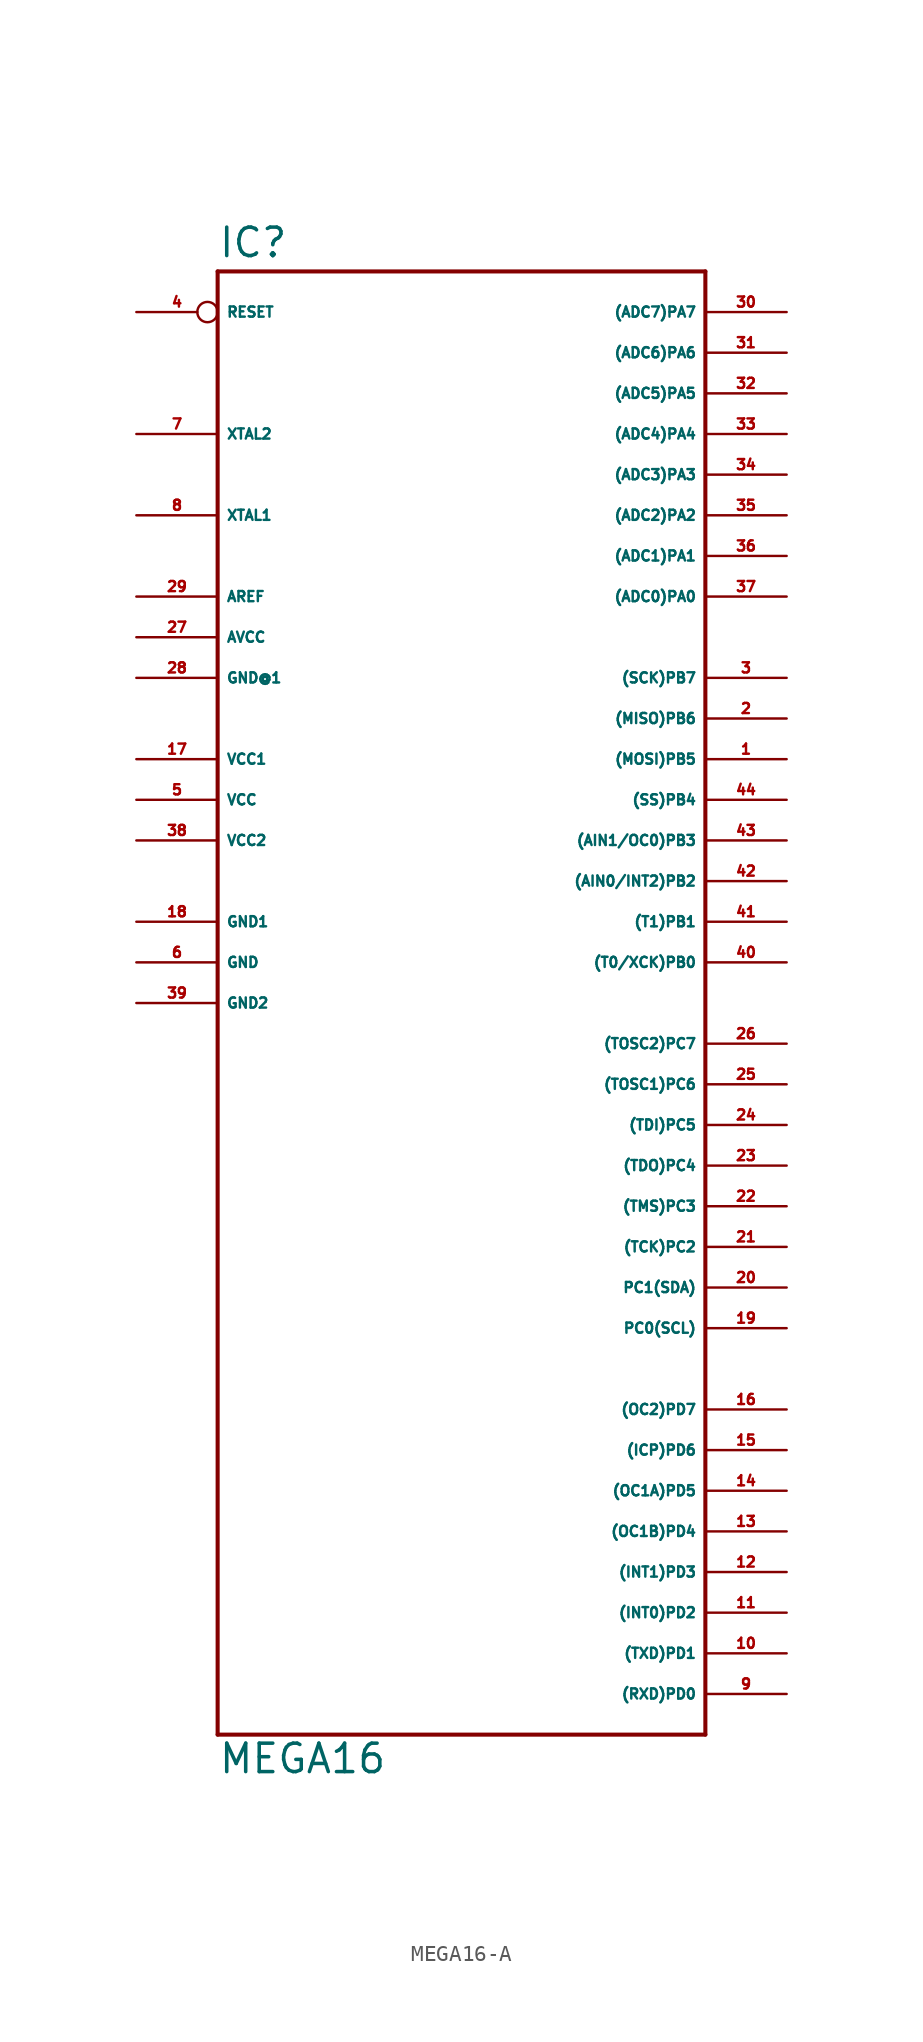
<source format=kicad_sym>
(kicad_symbol_lib
  (version 20220914)
  (generator Eagle2Kicad)
  (symbol "MEGA16-A"
    (property "Reference" "IC"
      (at -15.24 46.482 0)
      (effects (font (size 1.778 1.778) (thickness 0.22)) (justify left bottom)))
    (property "Value" "MEGA16"
      (at -15.24 -48.26 0)
      (effects (font (size 1.778 1.778) (thickness 0.22)) (justify left bottom)))
    (polyline
      (pts (xy -15.24 45.72) (xy 15.24 45.72))
      (stroke (width 0.254) (type default))
      (fill (type none)))
    (polyline
      (pts (xy 15.24 45.72) (xy 15.24 -45.72))
      (stroke (width 0.254) (type default))
      (fill (type none)))
    (polyline
      (pts (xy 15.24 -45.72) (xy -15.24 -45.72))
      (stroke (width 0.254) (type default))
      (fill (type none)))
    (polyline
      (pts (xy -15.24 -45.72) (xy -15.24 45.72))
      (stroke (width 0.254) (type default))
      (fill (type none)))
    (pin bidirectional line
      (at 20.32 43.18 180)
      (length 5.08)
      (name "(ADC7)PA7" (effects (font (size 0.635 0.635) (thickness 0.08)) (justify left bottom)))
      (number "30" (effects (font (size 0.635 0.635) (thickness 0.08)) (justify left bottom))))
    (pin bidirectional line
      (at 20.32 40.64 180)
      (length 5.08)
      (name "(ADC6)PA6" (effects (font (size 0.635 0.635) (thickness 0.08)) (justify left bottom)))
      (number "31" (effects (font (size 0.635 0.635) (thickness 0.08)) (justify left bottom))))
    (pin bidirectional line
      (at 20.32 38.1 180)
      (length 5.08)
      (name "(ADC5)PA5" (effects (font (size 0.635 0.635) (thickness 0.08)) (justify left bottom)))
      (number "32" (effects (font (size 0.635 0.635) (thickness 0.08)) (justify left bottom))))
    (pin bidirectional line
      (at 20.32 35.56 180)
      (length 5.08)
      (name "(ADC4)PA4" (effects (font (size 0.635 0.635) (thickness 0.08)) (justify left bottom)))
      (number "33" (effects (font (size 0.635 0.635) (thickness 0.08)) (justify left bottom))))
    (pin bidirectional line
      (at 20.32 33.02 180)
      (length 5.08)
      (name "(ADC3)PA3" (effects (font (size 0.635 0.635) (thickness 0.08)) (justify left bottom)))
      (number "34" (effects (font (size 0.635 0.635) (thickness 0.08)) (justify left bottom))))
    (pin bidirectional line
      (at 20.32 30.48 180)
      (length 5.08)
      (name "(ADC2)PA2" (effects (font (size 0.635 0.635) (thickness 0.08)) (justify left bottom)))
      (number "35" (effects (font (size 0.635 0.635) (thickness 0.08)) (justify left bottom))))
    (pin bidirectional line
      (at 20.32 27.94 180)
      (length 5.08)
      (name "(ADC1)PA1" (effects (font (size 0.635 0.635) (thickness 0.08)) (justify left bottom)))
      (number "36" (effects (font (size 0.635 0.635) (thickness 0.08)) (justify left bottom))))
    (pin bidirectional line
      (at 20.32 25.4 180)
      (length 5.08)
      (name "(ADC0)PA0" (effects (font (size 0.635 0.635) (thickness 0.08)) (justify left bottom)))
      (number "37" (effects (font (size 0.635 0.635) (thickness 0.08)) (justify left bottom))))
    (pin bidirectional line
      (at 20.32 20.32 180)
      (length 5.08)
      (name "(SCK)PB7" (effects (font (size 0.635 0.635) (thickness 0.08)) (justify left bottom)))
      (number "3" (effects (font (size 0.635 0.635) (thickness 0.08)) (justify left bottom))))
    (pin bidirectional line
      (at 20.32 17.78 180)
      (length 5.08)
      (name "(MISO)PB6" (effects (font (size 0.635 0.635) (thickness 0.08)) (justify left bottom)))
      (number "2" (effects (font (size 0.635 0.635) (thickness 0.08)) (justify left bottom))))
    (pin bidirectional line
      (at 20.32 15.24 180)
      (length 5.08)
      (name "(MOSI)PB5" (effects (font (size 0.635 0.635) (thickness 0.08)) (justify left bottom)))
      (number "1" (effects (font (size 0.635 0.635) (thickness 0.08)) (justify left bottom))))
    (pin bidirectional line
      (at 20.32 12.7 180)
      (length 5.08)
      (name "(SS)PB4" (effects (font (size 0.635 0.635) (thickness 0.08)) (justify left bottom)))
      (number "44" (effects (font (size 0.635 0.635) (thickness 0.08)) (justify left bottom))))
    (pin bidirectional line
      (at 20.32 10.16 180)
      (length 5.08)
      (name "(AIN1/OC0)PB3" (effects (font (size 0.635 0.635) (thickness 0.08)) (justify left bottom)))
      (number "43" (effects (font (size 0.635 0.635) (thickness 0.08)) (justify left bottom))))
    (pin bidirectional line
      (at 20.32 7.62 180)
      (length 5.08)
      (name "(AIN0/INT2)PB2" (effects (font (size 0.635 0.635) (thickness 0.08)) (justify left bottom)))
      (number "42" (effects (font (size 0.635 0.635) (thickness 0.08)) (justify left bottom))))
    (pin bidirectional line
      (at 20.32 5.08 180)
      (length 5.08)
      (name "(T1)PB1" (effects (font (size 0.635 0.635) (thickness 0.08)) (justify left bottom)))
      (number "41" (effects (font (size 0.635 0.635) (thickness 0.08)) (justify left bottom))))
    (pin bidirectional line
      (at 20.32 2.54 180)
      (length 5.08)
      (name "(T0/XCK)PB0" (effects (font (size 0.635 0.635) (thickness 0.08)) (justify left bottom)))
      (number "40" (effects (font (size 0.635 0.635) (thickness 0.08)) (justify left bottom))))
    (pin bidirectional line
      (at 20.32 -2.54 180)
      (length 5.08)
      (name "(TOSC2)PC7" (effects (font (size 0.635 0.635) (thickness 0.08)) (justify left bottom)))
      (number "26" (effects (font (size 0.635 0.635) (thickness 0.08)) (justify left bottom))))
    (pin bidirectional line
      (at 20.32 -5.08 180)
      (length 5.08)
      (name "(TOSC1)PC6" (effects (font (size 0.635 0.635) (thickness 0.08)) (justify left bottom)))
      (number "25" (effects (font (size 0.635 0.635) (thickness 0.08)) (justify left bottom))))
    (pin bidirectional line
      (at 20.32 -7.62 180)
      (length 5.08)
      (name "(TDI)PC5" (effects (font (size 0.635 0.635) (thickness 0.08)) (justify left bottom)))
      (number "24" (effects (font (size 0.635 0.635) (thickness 0.08)) (justify left bottom))))
    (pin bidirectional line
      (at 20.32 -10.16 180)
      (length 5.08)
      (name "(TDO)PC4" (effects (font (size 0.635 0.635) (thickness 0.08)) (justify left bottom)))
      (number "23" (effects (font (size 0.635 0.635) (thickness 0.08)) (justify left bottom))))
    (pin bidirectional line
      (at 20.32 -12.7 180)
      (length 5.08)
      (name "(TMS)PC3" (effects (font (size 0.635 0.635) (thickness 0.08)) (justify left bottom)))
      (number "22" (effects (font (size 0.635 0.635) (thickness 0.08)) (justify left bottom))))
    (pin bidirectional line
      (at 20.32 -15.24 180)
      (length 5.08)
      (name "(TCK)PC2" (effects (font (size 0.635 0.635) (thickness 0.08)) (justify left bottom)))
      (number "21" (effects (font (size 0.635 0.635) (thickness 0.08)) (justify left bottom))))
    (pin bidirectional line
      (at 20.32 -17.78 180)
      (length 5.08)
      (name "PC1(SDA)" (effects (font (size 0.635 0.635) (thickness 0.08)) (justify left bottom)))
      (number "20" (effects (font (size 0.635 0.635) (thickness 0.08)) (justify left bottom))))
    (pin bidirectional line
      (at 20.32 -20.32 180)
      (length 5.08)
      (name "PC0(SCL)" (effects (font (size 0.635 0.635) (thickness 0.08)) (justify left bottom)))
      (number "19" (effects (font (size 0.635 0.635) (thickness 0.08)) (justify left bottom))))
    (pin unspecified line
      (at -20.32 20.32 0)
      (length 5.08)
      (name "GND@1" (effects (font (size 0.635 0.635) (thickness 0.08)) (justify left bottom)))
      (number "28" (effects (font (size 0.635 0.635) (thickness 0.08)) (justify left bottom))))
    (pin unspecified line
      (at -20.32 22.86 0)
      (length 5.08)
      (name "AVCC" (effects (font (size 0.635 0.635) (thickness 0.08)) (justify left bottom)))
      (number "27" (effects (font (size 0.635 0.635) (thickness 0.08)) (justify left bottom))))
    (pin passive line
      (at -20.32 25.4 0)
      (length 5.08)
      (name "AREF" (effects (font (size 0.635 0.635) (thickness 0.08)) (justify left bottom)))
      (number "29" (effects (font (size 0.635 0.635) (thickness 0.08)) (justify left bottom))))
    (pin bidirectional line
      (at -20.32 30.48 0)
      (length 5.08)
      (name "XTAL1" (effects (font (size 0.635 0.635) (thickness 0.08)) (justify left bottom)))
      (number "8" (effects (font (size 0.635 0.635) (thickness 0.08)) (justify left bottom))))
    (pin bidirectional line
      (at -20.32 35.56 0)
      (length 5.08)
      (name "XTAL2" (effects (font (size 0.635 0.635) (thickness 0.08)) (justify left bottom)))
      (number "7" (effects (font (size 0.635 0.635) (thickness 0.08)) (justify left bottom))))
    (pin unspecified line
      (at -20.32 5.08 0)
      (length 5.08)
      (name "GND1" (effects (font (size 0.635 0.635) (thickness 0.08)) (justify left bottom)))
      (number "18" (effects (font (size 0.635 0.635) (thickness 0.08)) (justify left bottom))))
    (pin unspecified line
      (at -20.32 0 0)
      (length 5.08)
      (name "GND2" (effects (font (size 0.635 0.635) (thickness 0.08)) (justify left bottom)))
      (number "39" (effects (font (size 0.635 0.635) (thickness 0.08)) (justify left bottom))))
    (pin input inverted
      (at -20.32 43.18 0)
      (length 5.08)
      (name "RESET" (effects (font (size 0.635 0.635) (thickness 0.08)) (justify left bottom)))
      (number "4" (effects (font (size 0.635 0.635) (thickness 0.08)) (justify left bottom))))
    (pin bidirectional line
      (at 20.32 -43.18 180)
      (length 5.08)
      (name "(RXD)PD0" (effects (font (size 0.635 0.635) (thickness 0.08)) (justify left bottom)))
      (number "9" (effects (font (size 0.635 0.635) (thickness 0.08)) (justify left bottom))))
    (pin bidirectional line
      (at 20.32 -40.64 180)
      (length 5.08)
      (name "(TXD)PD1" (effects (font (size 0.635 0.635) (thickness 0.08)) (justify left bottom)))
      (number "10" (effects (font (size 0.635 0.635) (thickness 0.08)) (justify left bottom))))
    (pin bidirectional line
      (at 20.32 -38.1 180)
      (length 5.08)
      (name "(INT0)PD2" (effects (font (size 0.635 0.635) (thickness 0.08)) (justify left bottom)))
      (number "11" (effects (font (size 0.635 0.635) (thickness 0.08)) (justify left bottom))))
    (pin bidirectional line
      (at 20.32 -35.56 180)
      (length 5.08)
      (name "(INT1)PD3" (effects (font (size 0.635 0.635) (thickness 0.08)) (justify left bottom)))
      (number "12" (effects (font (size 0.635 0.635) (thickness 0.08)) (justify left bottom))))
    (pin bidirectional line
      (at 20.32 -33.02 180)
      (length 5.08)
      (name "(OC1B)PD4" (effects (font (size 0.635 0.635) (thickness 0.08)) (justify left bottom)))
      (number "13" (effects (font (size 0.635 0.635) (thickness 0.08)) (justify left bottom))))
    (pin bidirectional line
      (at 20.32 -30.48 180)
      (length 5.08)
      (name "(OC1A)PD5" (effects (font (size 0.635 0.635) (thickness 0.08)) (justify left bottom)))
      (number "14" (effects (font (size 0.635 0.635) (thickness 0.08)) (justify left bottom))))
    (pin bidirectional line
      (at 20.32 -27.94 180)
      (length 5.08)
      (name "(ICP)PD6" (effects (font (size 0.635 0.635) (thickness 0.08)) (justify left bottom)))
      (number "15" (effects (font (size 0.635 0.635) (thickness 0.08)) (justify left bottom))))
    (pin bidirectional line
      (at 20.32 -25.4 180)
      (length 5.08)
      (name "(OC2)PD7" (effects (font (size 0.635 0.635) (thickness 0.08)) (justify left bottom)))
      (number "16" (effects (font (size 0.635 0.635) (thickness 0.08)) (justify left bottom))))
    (pin unspecified line
      (at -20.32 15.24 0)
      (length 5.08)
      (name "VCC1" (effects (font (size 0.635 0.635) (thickness 0.08)) (justify left bottom)))
      (number "17" (effects (font (size 0.635 0.635) (thickness 0.08)) (justify left bottom))))
    (pin unspecified line
      (at -20.32 12.7 0)
      (length 5.08)
      (name "VCC" (effects (font (size 0.635 0.635) (thickness 0.08)) (justify left bottom)))
      (number "5" (effects (font (size 0.635 0.635) (thickness 0.08)) (justify left bottom))))
    (pin unspecified line
      (at -20.32 10.16 0)
      (length 5.08)
      (name "VCC2" (effects (font (size 0.635 0.635) (thickness 0.08)) (justify left bottom)))
      (number "38" (effects (font (size 0.635 0.635) (thickness 0.08)) (justify left bottom))))
    (pin unspecified line
      (at -20.32 2.54 0)
      (length 5.08)
      (name "GND" (effects (font (size 0.635 0.635) (thickness 0.08)) (justify left bottom)))
      (number "6" (effects (font (size 0.635 0.635) (thickness 0.08)) (justify left bottom))))))
</source>
